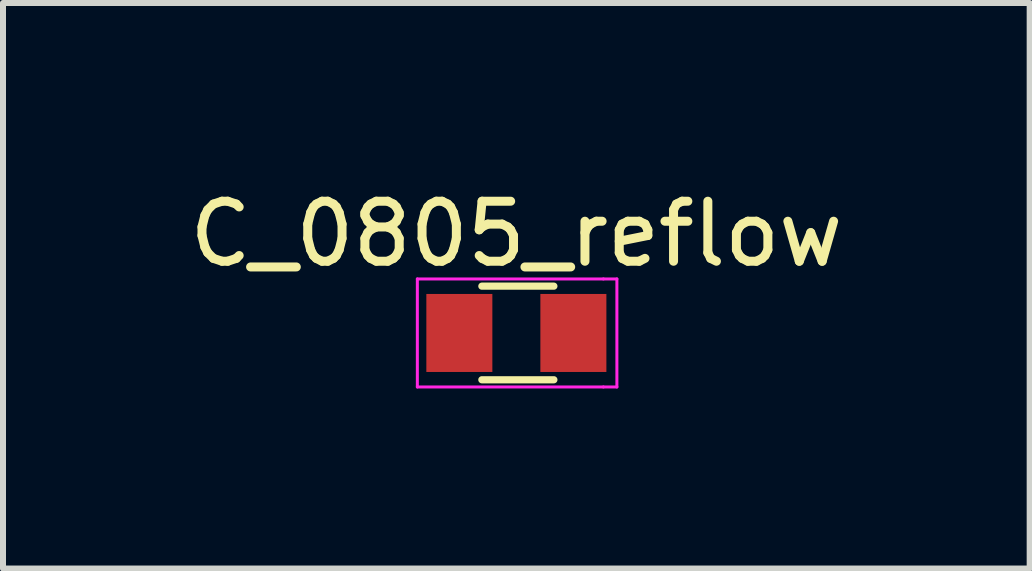
<source format=kicad_pcb>
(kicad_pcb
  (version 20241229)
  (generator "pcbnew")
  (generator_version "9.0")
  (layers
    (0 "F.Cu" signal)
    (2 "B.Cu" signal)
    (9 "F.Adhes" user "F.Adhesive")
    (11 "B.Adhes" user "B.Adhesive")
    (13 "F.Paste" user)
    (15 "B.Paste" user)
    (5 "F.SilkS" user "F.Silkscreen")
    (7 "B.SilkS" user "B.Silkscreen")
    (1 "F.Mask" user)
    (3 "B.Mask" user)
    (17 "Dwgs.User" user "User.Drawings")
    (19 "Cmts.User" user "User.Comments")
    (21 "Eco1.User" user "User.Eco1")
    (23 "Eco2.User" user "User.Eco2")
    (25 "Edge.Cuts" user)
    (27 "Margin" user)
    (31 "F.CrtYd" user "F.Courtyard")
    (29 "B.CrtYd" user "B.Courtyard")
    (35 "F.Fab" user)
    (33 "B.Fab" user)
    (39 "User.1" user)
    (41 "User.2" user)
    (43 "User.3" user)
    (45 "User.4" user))
  (footprint "C_0805_reflow"
    (layer "F.Cu")
    (at 5.554 2.498)
    (property "Reference" "C_0805_reflow" (at 0 -1.65 0) (layer "F.SilkS") (effects (font (size 1 1) (thickness 0.15))))
    (attr smd)
    (fp_line (start -0.575 -0.78) (end 0.625 -0.78) (stroke (width 0.12) (type solid)) (layer "F.SilkS"))
    (fp_line (start 0.625 0.78) (end -0.575 0.78) (stroke (width 0.12) (type solid)) (layer "F.SilkS"))
    (fp_line (start -1.65 -0.9) (end -1.65 0.9) (stroke (width 0.05) (type solid)) (layer "F.CrtYd"))
    (fp_line (start -1.65 -0.9) (end 1.45 -0.9) (stroke (width 0.05) (type solid)) (layer "F.CrtYd"))
    (fp_line (start 1.45 -0.9) (end 1.675 -0.9) (stroke (width 0.05) (type solid)) (layer "F.CrtYd"))
    (fp_line (start 1.45 0.9) (end -1.65 0.9) (stroke (width 0.05) (type solid)) (layer "F.CrtYd"))
    (fp_line (start 1.45 0.9) (end 1.675 0.9) (stroke (width 0.05) (type solid)) (layer "F.CrtYd"))
    (fp_line (start 1.675 0.9) (end 1.675 -0.9) (stroke (width 0.05) (type solid)) (layer "F.CrtYd"))
    (pad "1" smd rect (at -0.95 0) (size 1.1 1.3) (layers "F.Cu" "F.Mask" "F.Paste"))
    (pad "2" smd rect (at 0.95 0) (size 1.1 1.3) (layers "F.Cu" "F.Mask" "F.Paste")))
  (gr_rect
    (start -3 -3)
    (end 14.107 6.423)
    (stroke (width 0.1) (type default))
    (fill no)
    (layer "Edge.Cuts")))
</source>
